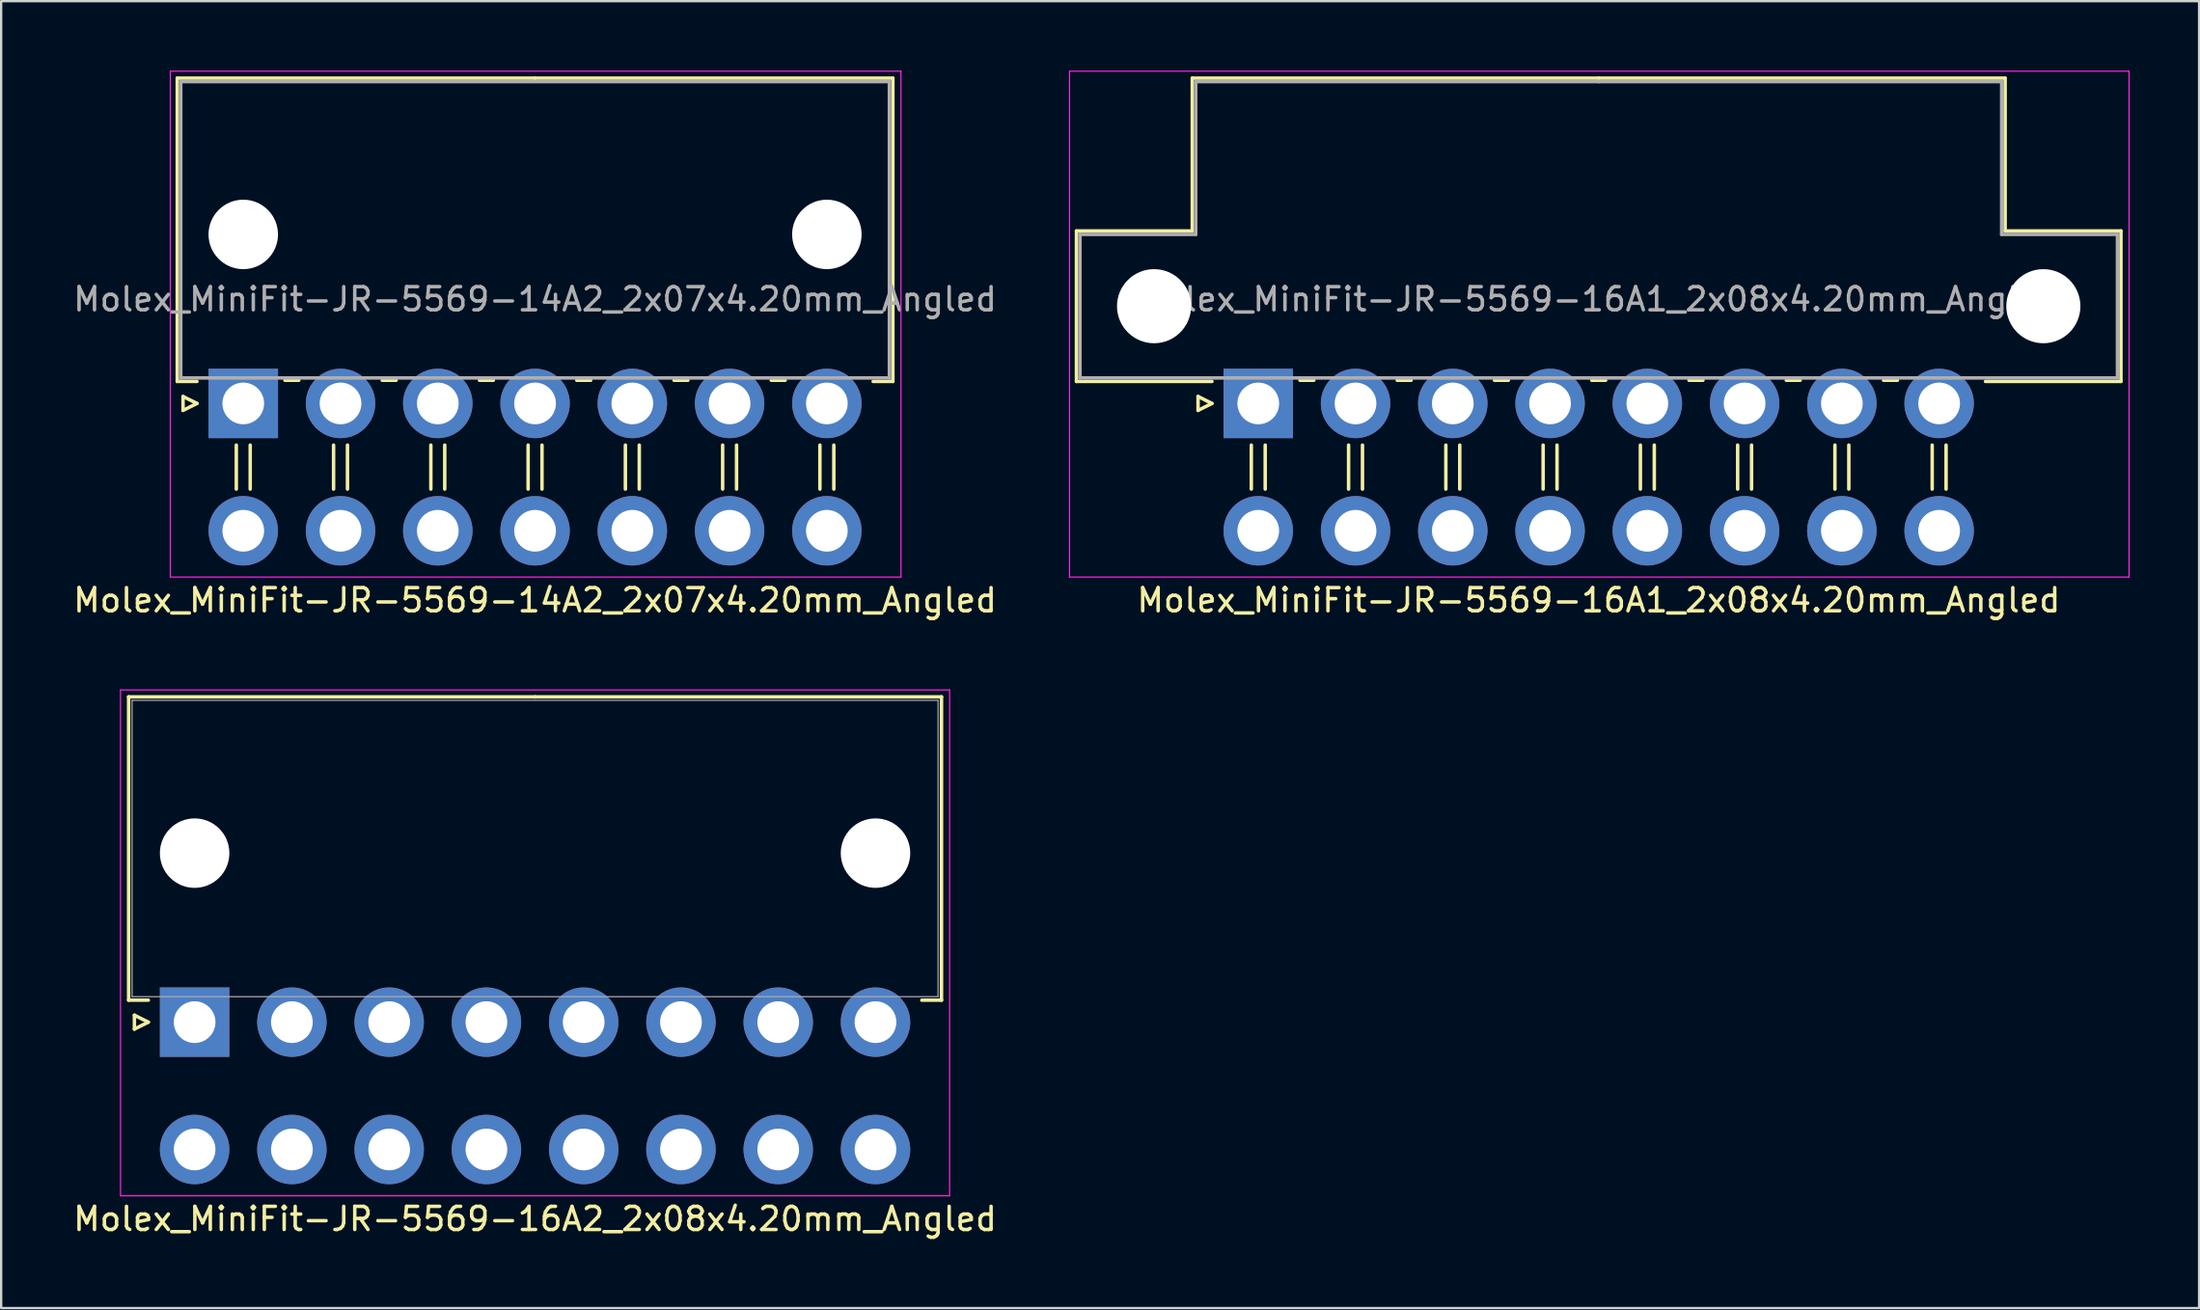
<source format=kicad_pcb>
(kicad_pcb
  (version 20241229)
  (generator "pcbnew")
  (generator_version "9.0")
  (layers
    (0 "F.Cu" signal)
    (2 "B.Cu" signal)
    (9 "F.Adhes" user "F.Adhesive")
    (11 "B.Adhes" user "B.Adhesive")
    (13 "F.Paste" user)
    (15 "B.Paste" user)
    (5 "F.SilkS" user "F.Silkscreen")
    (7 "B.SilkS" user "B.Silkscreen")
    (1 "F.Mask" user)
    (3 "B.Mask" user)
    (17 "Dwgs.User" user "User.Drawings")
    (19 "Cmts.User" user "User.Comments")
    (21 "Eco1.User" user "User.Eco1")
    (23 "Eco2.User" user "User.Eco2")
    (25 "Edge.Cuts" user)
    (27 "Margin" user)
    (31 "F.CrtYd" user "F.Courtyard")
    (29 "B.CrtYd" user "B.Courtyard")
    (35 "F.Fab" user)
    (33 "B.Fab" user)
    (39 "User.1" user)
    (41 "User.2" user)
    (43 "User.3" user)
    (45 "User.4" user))
  (footprint "Molex_MiniFit-JR-5569-16A2_2x08x4.20mm_Angled"
    (layer "F.Cu")
    (at 5.354 41.098)
    (property "Reference" "Molex_MiniFit-JR-5569-16A2_2x08x4.20mm_Angled" (at 14.7 8.5 0) (layer "F.SilkS") (effects (font (size 1 1) (thickness 0.15))))
    (attr through_hole)
    (fp_line (start -2.85 -14.05) (end 14.7 -14.05) (stroke (width 0.15) (type solid)) (layer "F.SilkS"))
    (fp_line (start -2.85 -0.95) (end -2.85 -14.05) (stroke (width 0.15) (type solid)) (layer "F.SilkS"))
    (fp_line (start -2.6 -0.3) (end -2 0) (stroke (width 0.15) (type solid)) (layer "F.SilkS"))
    (fp_line (start -2.6 0.3) (end -2.6 -0.3) (stroke (width 0.15) (type solid)) (layer "F.SilkS"))
    (fp_line (start -2 -0.95) (end -2.85 -0.95) (stroke (width 0.15) (type solid)) (layer "F.SilkS"))
    (fp_line (start -2 0) (end -2.6 0.3) (stroke (width 0.15) (type solid)) (layer "F.SilkS"))
    (fp_line (start 31.4 -0.95) (end 32.25 -0.95) (stroke (width 0.15) (type solid)) (layer "F.SilkS"))
    (fp_line (start 32.25 -14.05) (end 14.7 -14.05) (stroke (width 0.15) (type solid)) (layer "F.SilkS"))
    (fp_line (start 32.25 -0.95) (end 32.25 -14.05) (stroke (width 0.15) (type solid)) (layer "F.SilkS"))
    (fp_line (start -3.2 -14.35) (end -3.2 7.5) (stroke (width 0.05) (type solid)) (layer "F.CrtYd"))
    (fp_line (start -3.2 7.5) (end 32.6 7.5) (stroke (width 0.05) (type solid)) (layer "F.CrtYd"))
    (fp_line (start 32.6 -14.35) (end -3.2 -14.35) (stroke (width 0.05) (type solid)) (layer "F.CrtYd"))
    (fp_line (start 32.6 7.5) (end 32.6 -14.35) (stroke (width 0.05) (type solid)) (layer "F.CrtYd"))
    (fp_line (start -2.7 -13.9) (end -2.7 -1.1) (stroke (width 0.05) (type solid)) (layer "F.Fab"))
    (fp_line (start -2.7 -1.1) (end 32.1 -1.1) (stroke (width 0.05) (type solid)) (layer "F.Fab"))
    (fp_line (start 32.1 -13.9) (end -2.7 -13.9) (stroke (width 0.05) (type solid)) (layer "F.Fab"))
    (fp_line (start 32.1 -1.1) (end 32.1 -13.9) (stroke (width 0.05) (type solid)) (layer "F.Fab"))
    (pad "" np_thru_hole circle (at 0 -7.3) (size 3 3) (drill 3) (layers "*.Cu"))
    (pad "" np_thru_hole circle (at 29.4 -7.3) (size 3 3) (drill 3) (layers "*.Cu"))
    (pad "1" thru_hole rect (at 0 0) (size 3 3) (drill 1.8) (layers "*.Cu" "*.Mask"))
    (pad "2" thru_hole circle (at 4.2 0) (size 3 3) (drill 1.8) (layers "*.Cu" "*.Mask"))
    (pad "3" thru_hole circle (at 8.4 0) (size 3 3) (drill 1.8) (layers "*.Cu" "*.Mask"))
    (pad "4" thru_hole circle (at 12.6 0) (size 3 3) (drill 1.8) (layers "*.Cu" "*.Mask"))
    (pad "5" thru_hole circle (at 16.8 0) (size 3 3) (drill 1.8) (layers "*.Cu" "*.Mask"))
    (pad "6" thru_hole circle (at 21 0) (size 3 3) (drill 1.8) (layers "*.Cu" "*.Mask"))
    (pad "7" thru_hole circle (at 25.2 0) (size 3 3) (drill 1.8) (layers "*.Cu" "*.Mask"))
    (pad "8" thru_hole circle (at 29.4 0) (size 3 3) (drill 1.8) (layers "*.Cu" "*.Mask"))
    (pad "9" thru_hole circle (at 0 5.5) (size 3 3) (drill 1.8) (layers "*.Cu" "*.Mask"))
    (pad "10" thru_hole circle (at 4.2 5.5) (size 3 3) (drill 1.8) (layers "*.Cu" "*.Mask"))
    (pad "11" thru_hole circle (at 8.4 5.5) (size 3 3) (drill 1.8) (layers "*.Cu" "*.Mask"))
    (pad "12" thru_hole circle (at 12.6 5.5) (size 3 3) (drill 1.8) (layers "*.Cu" "*.Mask"))
    (pad "13" thru_hole circle (at 16.8 5.5) (size 3 3) (drill 1.8) (layers "*.Cu" "*.Mask"))
    (pad "14" thru_hole circle (at 21 5.5) (size 3 3) (drill 1.8) (layers "*.Cu" "*.Mask"))
    (pad "15" thru_hole circle (at 25.2 5.5) (size 3 3) (drill 1.8) (layers "*.Cu" "*.Mask"))
    (pad "16" thru_hole circle (at 29.4 5.5) (size 3 3) (drill 1.8) (layers "*.Cu" "*.Mask")))
  (footprint "Molex_MiniFit-JR-5569-14A2_2x07x4.20mm_Angled"
    (layer "F.Cu")
    (at 7.454 14.375)
    (property "Reference" "Molex_MiniFit-JR-5569-14A2_2x07x4.20mm_Angled" (at 12.6 8.5 0) (layer "F.SilkS") (effects (font (size 1 1) (thickness 0.15))))
    (attr through_hole)
    (fp_line (start -2.85 -14.05) (end 12.6 -14.05) (stroke (width 0.15) (type solid)) (layer "F.SilkS"))
    (fp_line (start -2.85 -0.95) (end -2.85 -14.05) (stroke (width 0.15) (type solid)) (layer "F.SilkS"))
    (fp_line (start -2.6 -0.3) (end -2 0) (stroke (width 0.15) (type solid)) (layer "F.SilkS"))
    (fp_line (start -2.6 0.3) (end -2.6 -0.3) (stroke (width 0.15) (type solid)) (layer "F.SilkS"))
    (fp_line (start -2 -0.95) (end -2.85 -0.95) (stroke (width 0.15) (type solid)) (layer "F.SilkS"))
    (fp_line (start -2 0) (end -2.6 0.3) (stroke (width 0.15) (type solid)) (layer "F.SilkS"))
    (fp_line (start -0.3 1.8) (end -0.3 3.7) (stroke (width 0.15) (type solid)) (layer "F.SilkS"))
    (fp_line (start 0.3 1.8) (end 0.3 3.7) (stroke (width 0.15) (type solid)) (layer "F.SilkS"))
    (fp_line (start 1.8 -1) (end 2.4 -1) (stroke (width 0.15) (type solid)) (layer "F.SilkS"))
    (fp_line (start 3.9 1.8) (end 3.9 3.7) (stroke (width 0.15) (type solid)) (layer "F.SilkS"))
    (fp_line (start 4.5 1.8) (end 4.5 3.7) (stroke (width 0.15) (type solid)) (layer "F.SilkS"))
    (fp_line (start 6 -1) (end 6.6 -1) (stroke (width 0.15) (type solid)) (layer "F.SilkS"))
    (fp_line (start 8.1 1.8) (end 8.1 3.7) (stroke (width 0.15) (type solid)) (layer "F.SilkS"))
    (fp_line (start 8.7 1.8) (end 8.7 3.7) (stroke (width 0.15) (type solid)) (layer "F.SilkS"))
    (fp_line (start 10.2 -1) (end 10.8 -1) (stroke (width 0.15) (type solid)) (layer "F.SilkS"))
    (fp_line (start 12.3 1.8) (end 12.3 3.7) (stroke (width 0.15) (type solid)) (layer "F.SilkS"))
    (fp_line (start 12.9 1.8) (end 12.9 3.7) (stroke (width 0.15) (type solid)) (layer "F.SilkS"))
    (fp_line (start 14.4 -1) (end 15 -1) (stroke (width 0.15) (type solid)) (layer "F.SilkS"))
    (fp_line (start 16.5 1.8) (end 16.5 3.7) (stroke (width 0.15) (type solid)) (layer "F.SilkS"))
    (fp_line (start 17.1 1.8) (end 17.1 3.7) (stroke (width 0.15) (type solid)) (layer "F.SilkS"))
    (fp_line (start 18.6 -1) (end 19.2 -1) (stroke (width 0.15) (type solid)) (layer "F.SilkS"))
    (fp_line (start 20.7 1.8) (end 20.7 3.7) (stroke (width 0.15) (type solid)) (layer "F.SilkS"))
    (fp_line (start 21.3 1.8) (end 21.3 3.7) (stroke (width 0.15) (type solid)) (layer "F.SilkS"))
    (fp_line (start 22.8 -1) (end 23.4 -1) (stroke (width 0.15) (type solid)) (layer "F.SilkS"))
    (fp_line (start 24.9 1.8) (end 24.9 3.7) (stroke (width 0.15) (type solid)) (layer "F.SilkS"))
    (fp_line (start 25.5 1.8) (end 25.5 3.7) (stroke (width 0.15) (type solid)) (layer "F.SilkS"))
    (fp_line (start 27.2 -0.95) (end 28.05 -0.95) (stroke (width 0.15) (type solid)) (layer "F.SilkS"))
    (fp_line (start 28.05 -14.05) (end 12.6 -14.05) (stroke (width 0.15) (type solid)) (layer "F.SilkS"))
    (fp_line (start 28.05 -0.95) (end 28.05 -14.05) (stroke (width 0.15) (type solid)) (layer "F.SilkS"))
    (fp_line (start -3.15 -14.35) (end -3.15 7.5) (stroke (width 0.05) (type solid)) (layer "F.CrtYd"))
    (fp_line (start -3.15 7.5) (end 28.4 7.5) (stroke (width 0.05) (type solid)) (layer "F.CrtYd"))
    (fp_line (start 28.4 -14.35) (end -3.15 -14.35) (stroke (width 0.05) (type solid)) (layer "F.CrtYd"))
    (fp_line (start 28.4 7.5) (end 28.4 -14.35) (stroke (width 0.05) (type solid)) (layer "F.CrtYd"))
    (fp_line (start -2.7 -13.9) (end -2.7 -1.1) (stroke (width 0.15) (type solid)) (layer "F.Fab"))
    (fp_line (start -2.7 -1.1) (end 27.9 -1.1) (stroke (width 0.15) (type solid)) (layer "F.Fab"))
    (fp_line (start 27.9 -13.9) (end -2.7 -13.9) (stroke (width 0.15) (type solid)) (layer "F.Fab"))
    (fp_line (start 27.9 -1.1) (end 27.9 -13.9) (stroke (width 0.15) (type solid)) (layer "F.Fab"))
    (fp_text user "${REFERENCE}" (at 12.6 -4.5 0) (layer "F.Fab") (effects (font (size 1 1) (thickness 0.15))))
    (pad "" np_thru_hole circle (at 0 -7.3) (size 3 3) (drill 3) (layers "*.Cu"))
    (pad "" np_thru_hole circle (at 25.2 -7.3) (size 3 3) (drill 3) (layers "*.Cu"))
    (pad "1" thru_hole rect (at 0 0) (size 3 3) (drill 1.8) (layers "*.Cu" "*.Mask"))
    (pad "2" thru_hole circle (at 4.2 0) (size 3 3) (drill 1.8) (layers "*.Cu" "*.Mask"))
    (pad "3" thru_hole circle (at 8.4 0) (size 3 3) (drill 1.8) (layers "*.Cu" "*.Mask"))
    (pad "4" thru_hole circle (at 12.6 0) (size 3 3) (drill 1.8) (layers "*.Cu" "*.Mask"))
    (pad "5" thru_hole circle (at 16.8 0) (size 3 3) (drill 1.8) (layers "*.Cu" "*.Mask"))
    (pad "6" thru_hole circle (at 21 0) (size 3 3) (drill 1.8) (layers "*.Cu" "*.Mask"))
    (pad "7" thru_hole circle (at 25.2 0) (size 3 3) (drill 1.8) (layers "*.Cu" "*.Mask"))
    (pad "8" thru_hole circle (at 0 5.5) (size 3 3) (drill 1.8) (layers "*.Cu" "*.Mask"))
    (pad "9" thru_hole circle (at 4.2 5.5) (size 3 3) (drill 1.8) (layers "*.Cu" "*.Mask"))
    (pad "10" thru_hole circle (at 8.4 5.5) (size 3 3) (drill 1.8) (layers "*.Cu" "*.Mask"))
    (pad "11" thru_hole circle (at 12.6 5.5) (size 3 3) (drill 1.8) (layers "*.Cu" "*.Mask"))
    (pad "12" thru_hole circle (at 16.8 5.5) (size 3 3) (drill 1.8) (layers "*.Cu" "*.Mask"))
    (pad "13" thru_hole circle (at 21 5.5) (size 3 3) (drill 1.8) (layers "*.Cu" "*.Mask"))
    (pad "14" thru_hole circle (at 25.2 5.5) (size 3 3) (drill 1.8) (layers "*.Cu" "*.Mask")))
  (footprint "Molex_MiniFit-JR-5569-16A1_2x08x4.20mm_Angled"
    (layer "F.Cu")
    (at 51.282 14.375)
    (property "Reference" "Molex_MiniFit-JR-5569-16A1_2x08x4.20mm_Angled" (at 14.7 8.5 0) (layer "F.SilkS") (effects (font (size 1 1) (thickness 0.15))))
    (attr through_hole)
    (fp_line (start -7.85 -7.45) (end -7.85 -0.95) (stroke (width 0.15) (type solid)) (layer "F.SilkS"))
    (fp_line (start -7.85 -0.95) (end -2 -0.95) (stroke (width 0.15) (type solid)) (layer "F.SilkS"))
    (fp_line (start -2.85 -14.05) (end -2.85 -7.45) (stroke (width 0.15) (type solid)) (layer "F.SilkS"))
    (fp_line (start -2.85 -7.45) (end -7.85 -7.45) (stroke (width 0.15) (type solid)) (layer "F.SilkS"))
    (fp_line (start -2.6 -0.3) (end -2 0) (stroke (width 0.15) (type solid)) (layer "F.SilkS"))
    (fp_line (start -2.6 0.3) (end -2.6 -0.3) (stroke (width 0.15) (type solid)) (layer "F.SilkS"))
    (fp_line (start -2 0) (end -2.6 0.3) (stroke (width 0.15) (type solid)) (layer "F.SilkS"))
    (fp_line (start -0.3 1.8) (end -0.3 3.7) (stroke (width 0.15) (type solid)) (layer "F.SilkS"))
    (fp_line (start 0.3 1.8) (end 0.3 3.7) (stroke (width 0.15) (type solid)) (layer "F.SilkS"))
    (fp_line (start 1.8 -1) (end 2.4 -1) (stroke (width 0.15) (type solid)) (layer "F.SilkS"))
    (fp_line (start 3.9 1.8) (end 3.9 3.7) (stroke (width 0.15) (type solid)) (layer "F.SilkS"))
    (fp_line (start 4.5 1.8) (end 4.5 3.7) (stroke (width 0.15) (type solid)) (layer "F.SilkS"))
    (fp_line (start 6 -1) (end 6.6 -1) (stroke (width 0.15) (type solid)) (layer "F.SilkS"))
    (fp_line (start 8.1 1.8) (end 8.1 3.7) (stroke (width 0.15) (type solid)) (layer "F.SilkS"))
    (fp_line (start 8.7 1.8) (end 8.7 3.7) (stroke (width 0.15) (type solid)) (layer "F.SilkS"))
    (fp_line (start 10.2 -1) (end 10.8 -1) (stroke (width 0.15) (type solid)) (layer "F.SilkS"))
    (fp_line (start 12.3 1.8) (end 12.3 3.7) (stroke (width 0.15) (type solid)) (layer "F.SilkS"))
    (fp_line (start 12.9 1.8) (end 12.9 3.7) (stroke (width 0.15) (type solid)) (layer "F.SilkS"))
    (fp_line (start 14.4 -1) (end 15 -1) (stroke (width 0.15) (type solid)) (layer "F.SilkS"))
    (fp_line (start 14.7 -14.05) (end -2.85 -14.05) (stroke (width 0.15) (type solid)) (layer "F.SilkS"))
    (fp_line (start 14.7 -14.05) (end 32.25 -14.05) (stroke (width 0.15) (type solid)) (layer "F.SilkS"))
    (fp_line (start 16.5 1.8) (end 16.5 3.7) (stroke (width 0.15) (type solid)) (layer "F.SilkS"))
    (fp_line (start 17.1 1.8) (end 17.1 3.7) (stroke (width 0.15) (type solid)) (layer "F.SilkS"))
    (fp_line (start 18.6 -1) (end 19.2 -1) (stroke (width 0.15) (type solid)) (layer "F.SilkS"))
    (fp_line (start 20.7 1.8) (end 20.7 3.7) (stroke (width 0.15) (type solid)) (layer "F.SilkS"))
    (fp_line (start 21.3 1.8) (end 21.3 3.7) (stroke (width 0.15) (type solid)) (layer "F.SilkS"))
    (fp_line (start 22.8 -1) (end 23.4 -1) (stroke (width 0.15) (type solid)) (layer "F.SilkS"))
    (fp_line (start 24.9 1.8) (end 24.9 3.7) (stroke (width 0.15) (type solid)) (layer "F.SilkS"))
    (fp_line (start 25.5 1.8) (end 25.5 3.7) (stroke (width 0.15) (type solid)) (layer "F.SilkS"))
    (fp_line (start 27 -1) (end 27.6 -1) (stroke (width 0.15) (type solid)) (layer "F.SilkS"))
    (fp_line (start 29.1 1.8) (end 29.1 3.7) (stroke (width 0.15) (type solid)) (layer "F.SilkS"))
    (fp_line (start 29.7 1.8) (end 29.7 3.7) (stroke (width 0.15) (type solid)) (layer "F.SilkS"))
    (fp_line (start 32.25 -14.05) (end 32.25 -7.45) (stroke (width 0.15) (type solid)) (layer "F.SilkS"))
    (fp_line (start 32.25 -7.45) (end 37.25 -7.45) (stroke (width 0.15) (type solid)) (layer "F.SilkS"))
    (fp_line (start 37.25 -7.45) (end 37.25 -0.95) (stroke (width 0.15) (type solid)) (layer "F.SilkS"))
    (fp_line (start 37.25 -0.95) (end 31.4 -0.95) (stroke (width 0.15) (type solid)) (layer "F.SilkS"))
    (fp_line (start -8.15 -14.35) (end -8.15 7.5) (stroke (width 0.05) (type solid)) (layer "F.CrtYd"))
    (fp_line (start -8.15 7.5) (end 37.6 7.5) (stroke (width 0.05) (type solid)) (layer "F.CrtYd"))
    (fp_line (start 37.6 -14.35) (end -8.15 -14.35) (stroke (width 0.05) (type solid)) (layer "F.CrtYd"))
    (fp_line (start 37.6 7.5) (end 37.6 -14.35) (stroke (width 0.05) (type solid)) (layer "F.CrtYd"))
    (fp_line (start -7.7 -7.3) (end -7.7 -1.1) (stroke (width 0.15) (type solid)) (layer "F.Fab"))
    (fp_line (start -7.7 -1.1) (end 14.7 -1.1) (stroke (width 0.15) (type solid)) (layer "F.Fab"))
    (fp_line (start -2.7 -13.9) (end -2.7 -7.3) (stroke (width 0.15) (type solid)) (layer "F.Fab"))
    (fp_line (start -2.7 -7.3) (end -7.7 -7.3) (stroke (width 0.15) (type solid)) (layer "F.Fab"))
    (fp_line (start 14.7 -13.9) (end -2.7 -13.9) (stroke (width 0.15) (type solid)) (layer "F.Fab"))
    (fp_line (start 14.7 -13.9) (end 32.1 -13.9) (stroke (width 0.15) (type solid)) (layer "F.Fab"))
    (fp_line (start 32.1 -13.9) (end 32.1 -7.3) (stroke (width 0.15) (type solid)) (layer "F.Fab"))
    (fp_line (start 32.1 -7.3) (end 37.1 -7.3) (stroke (width 0.15) (type solid)) (layer "F.Fab"))
    (fp_line (start 37.1 -7.3) (end 37.1 -1.1) (stroke (width 0.15) (type solid)) (layer "F.Fab"))
    (fp_line (start 37.1 -1.1) (end 14.7 -1.1) (stroke (width 0.15) (type solid)) (layer "F.Fab"))
    (fp_text user "${REFERENCE}" (at 14.7 -4.5 0) (layer "F.Fab") (effects (font (size 1 1) (thickness 0.15))))
    (pad "" np_thru_hole circle (at -4.5 -4.2) (size 3.2 3.2) (drill 3.2) (layers "*.Cu"))
    (pad "" np_thru_hole circle (at 33.9 -4.2) (size 3.2 3.2) (drill 3.2) (layers "*.Cu"))
    (pad "1" thru_hole rect (at 0 0) (size 3 3) (drill 1.8) (layers "*.Cu" "*.Mask"))
    (pad "2" thru_hole circle (at 4.2 0) (size 3 3) (drill 1.8) (layers "*.Cu" "*.Mask"))
    (pad "3" thru_hole circle (at 8.4 0) (size 3 3) (drill 1.8) (layers "*.Cu" "*.Mask"))
    (pad "4" thru_hole circle (at 12.6 0) (size 3 3) (drill 1.8) (layers "*.Cu" "*.Mask"))
    (pad "5" thru_hole circle (at 16.8 0) (size 3 3) (drill 1.8) (layers "*.Cu" "*.Mask"))
    (pad "6" thru_hole circle (at 21 0) (size 3 3) (drill 1.8) (layers "*.Cu" "*.Mask"))
    (pad "7" thru_hole circle (at 25.2 0) (size 3 3) (drill 1.8) (layers "*.Cu" "*.Mask"))
    (pad "8" thru_hole circle (at 29.4 0) (size 3 3) (drill 1.8) (layers "*.Cu" "*.Mask"))
    (pad "9" thru_hole circle (at 0 5.5) (size 3 3) (drill 1.8) (layers "*.Cu" "*.Mask"))
    (pad "10" thru_hole circle (at 4.2 5.5) (size 3 3) (drill 1.8) (layers "*.Cu" "*.Mask"))
    (pad "11" thru_hole circle (at 8.4 5.5) (size 3 3) (drill 1.8) (layers "*.Cu" "*.Mask"))
    (pad "12" thru_hole circle (at 12.6 5.5) (size 3 3) (drill 1.8) (layers "*.Cu" "*.Mask"))
    (pad "13" thru_hole circle (at 16.8 5.5) (size 3 3) (drill 1.8) (layers "*.Cu" "*.Mask"))
    (pad "14" thru_hole circle (at 21 5.5) (size 3 3) (drill 1.8) (layers "*.Cu" "*.Mask"))
    (pad "15" thru_hole circle (at 25.2 5.5) (size 3 3) (drill 1.8) (layers "*.Cu" "*.Mask"))
    (pad "16" thru_hole circle (at 29.4 5.5) (size 3 3) (drill 1.8) (layers "*.Cu" "*.Mask")))
  (gr_rect
    (start -3 -3)
    (end 91.907 53.447)
    (stroke (width 0.1) (type default))
    (fill no)
    (layer "Edge.Cuts")))
</source>
